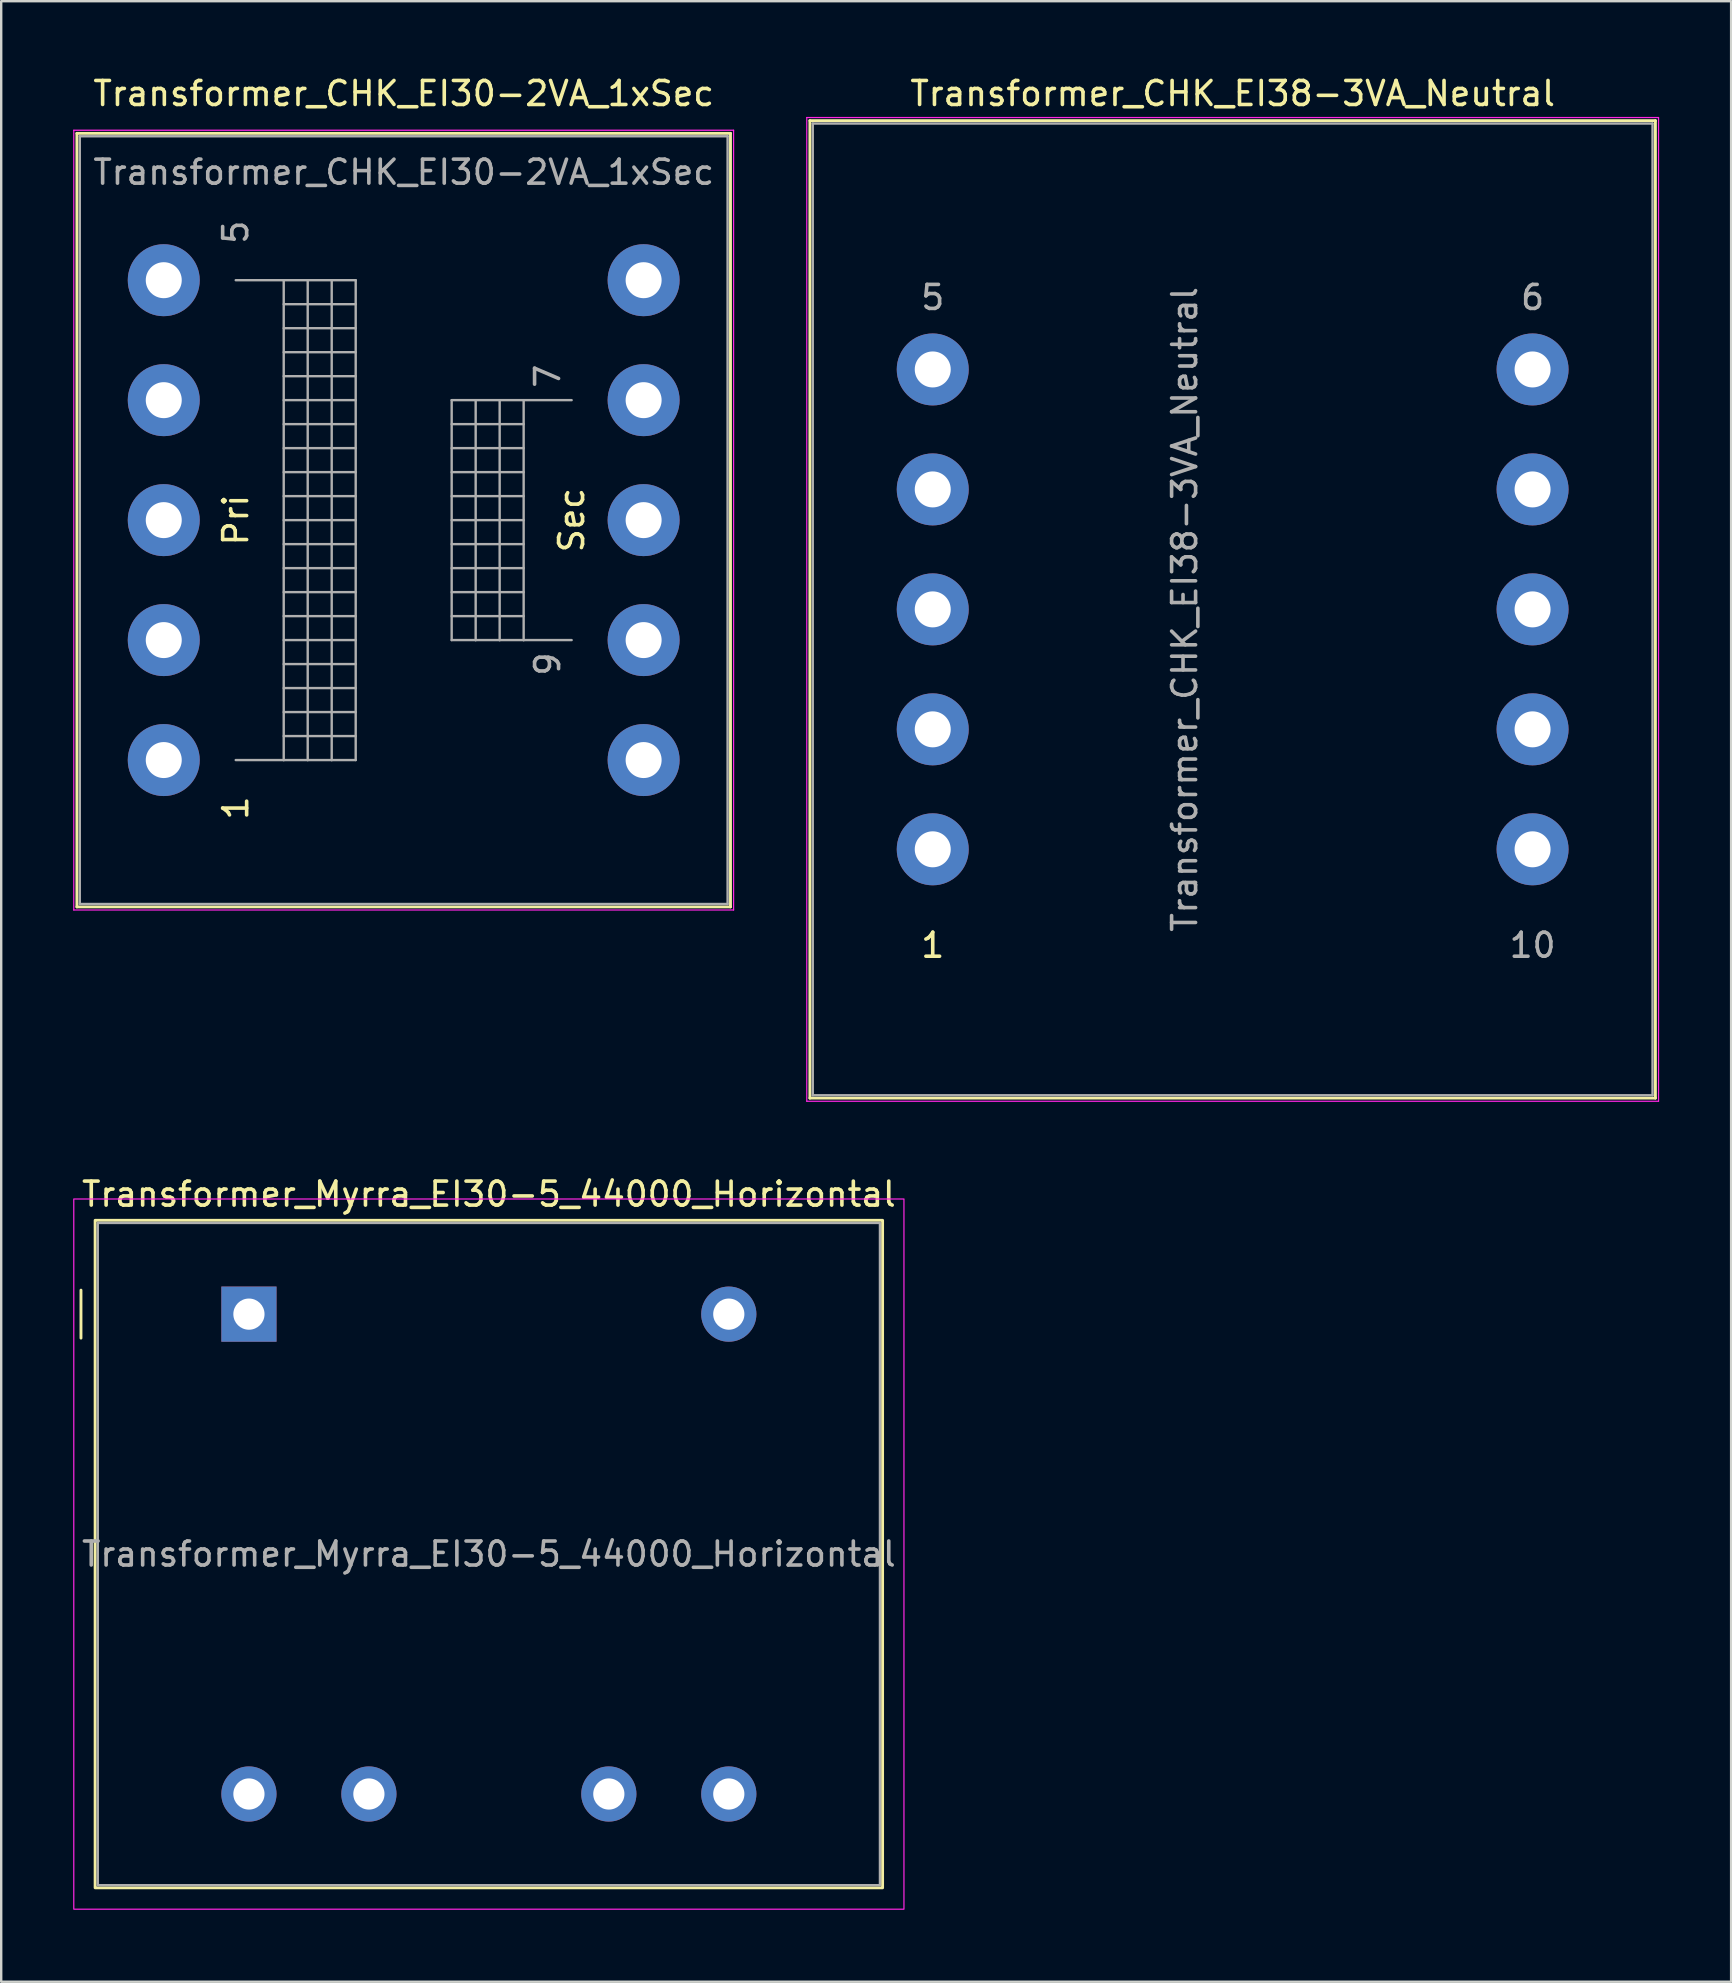
<source format=kicad_pcb>
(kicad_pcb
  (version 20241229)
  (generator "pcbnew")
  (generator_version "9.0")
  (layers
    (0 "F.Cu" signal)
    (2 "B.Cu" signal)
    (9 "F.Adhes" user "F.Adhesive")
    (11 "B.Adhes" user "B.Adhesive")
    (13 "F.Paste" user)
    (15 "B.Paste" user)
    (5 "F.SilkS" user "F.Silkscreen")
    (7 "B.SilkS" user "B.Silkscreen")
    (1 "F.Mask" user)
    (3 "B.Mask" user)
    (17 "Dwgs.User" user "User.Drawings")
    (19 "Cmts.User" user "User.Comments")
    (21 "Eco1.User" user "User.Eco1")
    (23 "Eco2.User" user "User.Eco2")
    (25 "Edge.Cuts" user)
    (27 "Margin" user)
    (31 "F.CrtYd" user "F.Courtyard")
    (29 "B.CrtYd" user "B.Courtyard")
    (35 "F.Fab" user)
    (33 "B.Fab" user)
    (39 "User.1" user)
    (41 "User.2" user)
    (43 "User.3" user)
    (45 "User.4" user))
  (footprint "Transformer_CHK_EI38-3VA_Neutral"
    (layer "F.Cu")
    (at 35.825 32.348)
    (property "Reference" "Transformer_CHK_EI38-3VA_Neutral" (at 12.5 -31.5 0) (layer "F.SilkS") (effects (font (size 1 1) (thickness 0.15))))
    (attr through_hole)
    (fp_line (start -5.12 -30.37) (end -5.12 10.37) (stroke (width 0.12) (type solid)) (layer "F.SilkS"))
    (fp_line (start -5.12 -30.37) (end 30.12 -30.37) (stroke (width 0.12) (type solid)) (layer "F.SilkS"))
    (fp_line (start 30.12 10.37) (end -5.12 10.37) (stroke (width 0.12) (type solid)) (layer "F.SilkS"))
    (fp_line (start 30.12 10.37) (end 30.12 -30.37) (stroke (width 0.12) (type solid)) (layer "F.SilkS"))
    (fp_line (start -5.25 -30.5) (end -5.25 10.5) (stroke (width 0.05) (type solid)) (layer "F.CrtYd"))
    (fp_line (start -5.25 -30.5) (end 30.25 -30.5) (stroke (width 0.05) (type solid)) (layer "F.CrtYd"))
    (fp_line (start 30.25 10.5) (end -5.25 10.5) (stroke (width 0.05) (type solid)) (layer "F.CrtYd"))
    (fp_line (start 30.25 10.5) (end 30.25 -30.5) (stroke (width 0.05) (type solid)) (layer "F.CrtYd"))
    (fp_line (start -5 -30.25) (end -5 10.25) (stroke (width 0.1) (type solid)) (layer "F.Fab"))
    (fp_line (start -5 10.25) (end 30 10.25) (stroke (width 0.1) (type solid)) (layer "F.Fab"))
    (fp_line (start 30 -30.25) (end -5 -30.25) (stroke (width 0.1) (type solid)) (layer "F.Fab"))
    (fp_line (start 30 10.25) (end 30 -30.25) (stroke (width 0.1) (type solid)) (layer "F.Fab"))
    (fp_text user "1" (at 0 4 0) (layer "F.SilkS") (effects (font (size 1 1) (thickness 0.15))))
    (fp_text user "6" (at 25 -23 0) (layer "F.Fab") (effects (font (size 1 1) (thickness 0.15))))
    (fp_text user "5" (at 0 -23 0) (layer "F.Fab") (effects (font (size 1 1) (thickness 0.15))))
    (fp_text user "${REFERENCE}" (at 10.5 -10 90) (layer "F.Fab") (effects (font (size 1 1) (thickness 0.15))))
    (fp_text user "10" (at 25 4 0) (layer "F.Fab") (effects (font (size 1 1) (thickness 0.15))))
    (pad "1" thru_hole circle (at 0 0) (size 3 3) (drill 1.5) (layers "*.Cu" "*.Mask"))
    (pad "2" thru_hole circle (at 0 -5) (size 3 3) (drill 1.5) (layers "*.Cu" "*.Mask"))
    (pad "3" thru_hole circle (at 0 -10) (size 3 3) (drill 1.5) (layers "*.Cu" "*.Mask"))
    (pad "4" thru_hole circle (at 0 -15) (size 3 3) (drill 1.5) (layers "*.Cu" "*.Mask"))
    (pad "5" thru_hole circle (at 0 -20) (size 3 3) (drill 1.5) (layers "*.Cu" "*.Mask"))
    (pad "6" thru_hole circle (at 25 -20) (size 3 3) (drill 1.5) (layers "*.Cu" "*.Mask"))
    (pad "7" thru_hole circle (at 25 -15) (size 3 3) (drill 1.5) (layers "*.Cu" "*.Mask"))
    (pad "8" thru_hole circle (at 25 -10) (size 3 3) (drill 1.5) (layers "*.Cu" "*.Mask"))
    (pad "9" thru_hole circle (at 25 -5) (size 3 3) (drill 1.5) (layers "*.Cu" "*.Mask"))
    (pad "10" thru_hole circle (at 25 0) (size 3 3) (drill 1.5) (layers "*.Cu" "*.Mask")))
  (footprint "Transformer_CHK_EI30-2VA_1xSec"
    (layer "F.Cu")
    (at 3.775 28.628)
    (property "Reference" "Transformer_CHK_EI30-2VA_1xSec" (at 10 -27.78 0) (layer "F.SilkS") (effects (font (size 1 1) (thickness 0.15))))
    (attr through_hole)
    (fp_line (start -3.62 -26.12) (end -3.62 6.12) (stroke (width 0.12) (type solid)) (layer "F.SilkS"))
    (fp_line (start -3.62 -26.12) (end 23.62 -26.12) (stroke (width 0.12) (type solid)) (layer "F.SilkS"))
    (fp_line (start 23.62 6.12) (end -3.62 6.12) (stroke (width 0.12) (type solid)) (layer "F.SilkS"))
    (fp_line (start 23.62 6.12) (end 23.62 -26.12) (stroke (width 0.12) (type solid)) (layer "F.SilkS"))
    (fp_line (start -3.75 -26.25) (end -3.75 6.25) (stroke (width 0.05) (type solid)) (layer "F.CrtYd"))
    (fp_line (start -3.75 -26.25) (end 23.75 -26.25) (stroke (width 0.05) (type solid)) (layer "F.CrtYd"))
    (fp_line (start 23.75 6.25) (end -3.75 6.25) (stroke (width 0.05) (type solid)) (layer "F.CrtYd"))
    (fp_line (start 23.75 6.25) (end 23.75 -26.25) (stroke (width 0.05) (type solid)) (layer "F.CrtYd"))
    (fp_line (start -3.5 -26) (end -3.5 6) (stroke (width 0.1) (type solid)) (layer "F.Fab"))
    (fp_line (start -3.5 6) (end 23.5 6) (stroke (width 0.1) (type solid)) (layer "F.Fab"))
    (fp_line (start 3 -20) (end 5 -20) (stroke (width 0.1) (type solid)) (layer "F.Fab"))
    (fp_line (start 5 -20) (end 5 0) (stroke (width 0.1) (type solid)) (layer "F.Fab"))
    (fp_line (start 5 -20) (end 6 -20) (stroke (width 0.1) (type solid)) (layer "F.Fab"))
    (fp_line (start 5 -19) (end 8 -19) (stroke (width 0.1) (type solid)) (layer "F.Fab"))
    (fp_line (start 5 -17) (end 8 -17) (stroke (width 0.1) (type solid)) (layer "F.Fab"))
    (fp_line (start 5 -15) (end 8 -15) (stroke (width 0.1) (type solid)) (layer "F.Fab"))
    (fp_line (start 5 -13) (end 8 -13) (stroke (width 0.1) (type solid)) (layer "F.Fab"))
    (fp_line (start 5 -11) (end 8 -11) (stroke (width 0.1) (type solid)) (layer "F.Fab"))
    (fp_line (start 5 -9) (end 8 -9) (stroke (width 0.1) (type solid)) (layer "F.Fab"))
    (fp_line (start 5 -7) (end 8 -7) (stroke (width 0.1) (type solid)) (layer "F.Fab"))
    (fp_line (start 5 -5) (end 8 -5) (stroke (width 0.1) (type solid)) (layer "F.Fab"))
    (fp_line (start 5 -3) (end 8 -3) (stroke (width 0.1) (type solid)) (layer "F.Fab"))
    (fp_line (start 5 -1) (end 8 -1) (stroke (width 0.1) (type solid)) (layer "F.Fab"))
    (fp_line (start 5 0) (end 3 0) (stroke (width 0.1) (type solid)) (layer "F.Fab"))
    (fp_line (start 6 -20) (end 6 0) (stroke (width 0.1) (type solid)) (layer "F.Fab"))
    (fp_line (start 6 -20) (end 7 -20) (stroke (width 0.1) (type solid)) (layer "F.Fab"))
    (fp_line (start 6 0) (end 5 0) (stroke (width 0.1) (type solid)) (layer "F.Fab"))
    (fp_line (start 7 -20) (end 7 0) (stroke (width 0.1) (type solid)) (layer "F.Fab"))
    (fp_line (start 7 -20) (end 8 -20) (stroke (width 0.1) (type solid)) (layer "F.Fab"))
    (fp_line (start 7 0) (end 6 0) (stroke (width 0.1) (type solid)) (layer "F.Fab"))
    (fp_line (start 8 -20) (end 8 0) (stroke (width 0.1) (type solid)) (layer "F.Fab"))
    (fp_line (start 8 -18) (end 5 -18) (stroke (width 0.1) (type solid)) (layer "F.Fab"))
    (fp_line (start 8 -16) (end 5 -16) (stroke (width 0.1) (type solid)) (layer "F.Fab"))
    (fp_line (start 8 -14) (end 5 -14) (stroke (width 0.1) (type solid)) (layer "F.Fab"))
    (fp_line (start 8 -12) (end 5 -12) (stroke (width 0.1) (type solid)) (layer "F.Fab"))
    (fp_line (start 8 -10) (end 5 -10) (stroke (width 0.1) (type solid)) (layer "F.Fab"))
    (fp_line (start 8 -8) (end 5 -8) (stroke (width 0.1) (type solid)) (layer "F.Fab"))
    (fp_line (start 8 -6) (end 5 -6) (stroke (width 0.1) (type solid)) (layer "F.Fab"))
    (fp_line (start 8 -4) (end 5 -4) (stroke (width 0.1) (type solid)) (layer "F.Fab"))
    (fp_line (start 8 -2) (end 5 -2) (stroke (width 0.1) (type solid)) (layer "F.Fab"))
    (fp_line (start 8 0) (end 7 0) (stroke (width 0.1) (type solid)) (layer "F.Fab"))
    (fp_line (start 12 -15) (end 12 -5) (stroke (width 0.1) (type solid)) (layer "F.Fab"))
    (fp_line (start 12 -14) (end 15 -14) (stroke (width 0.1) (type solid)) (layer "F.Fab"))
    (fp_line (start 12 -12) (end 15 -12) (stroke (width 0.1) (type solid)) (layer "F.Fab"))
    (fp_line (start 12 -10) (end 15 -10) (stroke (width 0.1) (type solid)) (layer "F.Fab"))
    (fp_line (start 12 -8) (end 15 -8) (stroke (width 0.1) (type solid)) (layer "F.Fab"))
    (fp_line (start 12 -6) (end 15 -6) (stroke (width 0.1) (type solid)) (layer "F.Fab"))
    (fp_line (start 12 -5) (end 13 -5) (stroke (width 0.1) (type solid)) (layer "F.Fab"))
    (fp_line (start 13 -15) (end 12 -15) (stroke (width 0.1) (type solid)) (layer "F.Fab"))
    (fp_line (start 13 -15) (end 13 -5) (stroke (width 0.1) (type solid)) (layer "F.Fab"))
    (fp_line (start 13 -5) (end 14 -5) (stroke (width 0.1) (type solid)) (layer "F.Fab"))
    (fp_line (start 14 -15) (end 13 -15) (stroke (width 0.1) (type solid)) (layer "F.Fab"))
    (fp_line (start 14 -15) (end 14 -5) (stroke (width 0.1) (type solid)) (layer "F.Fab"))
    (fp_line (start 14 -5) (end 15 -5) (stroke (width 0.1) (type solid)) (layer "F.Fab"))
    (fp_line (start 15 -15) (end 14 -15) (stroke (width 0.1) (type solid)) (layer "F.Fab"))
    (fp_line (start 15 -15) (end 15 -5) (stroke (width 0.1) (type solid)) (layer "F.Fab"))
    (fp_line (start 15 -13) (end 12 -13) (stroke (width 0.1) (type solid)) (layer "F.Fab"))
    (fp_line (start 15 -11) (end 12 -11) (stroke (width 0.1) (type solid)) (layer "F.Fab"))
    (fp_line (start 15 -9) (end 12 -9) (stroke (width 0.1) (type solid)) (layer "F.Fab"))
    (fp_line (start 15 -7) (end 12 -7) (stroke (width 0.1) (type solid)) (layer "F.Fab"))
    (fp_line (start 15 -5) (end 17 -5) (stroke (width 0.1) (type solid)) (layer "F.Fab"))
    (fp_line (start 17 -15) (end 15 -15) (stroke (width 0.1) (type solid)) (layer "F.Fab"))
    (fp_line (start 23.5 -26) (end -3.5 -26) (stroke (width 0.1) (type solid)) (layer "F.Fab"))
    (fp_line (start 23.5 6) (end 23.5 -26) (stroke (width 0.1) (type solid)) (layer "F.Fab"))
    (fp_text user "Sec" (at 17 -10 90) (layer "F.SilkS") (effects (font (size 1 1) (thickness 0.15))))
    (fp_text user "1" (at 3 2 90) (layer "F.SilkS") (effects (font (size 1 1) (thickness 0.15))))
    (fp_text user "Pri" (at 3 -10 90) (layer "F.SilkS") (effects (font (size 1 1) (thickness 0.15))))
    (fp_text user "7" (at 16 -16 90) (layer "F.Fab") (effects (font (size 1 1) (thickness 0.15))))
    (fp_text user "${REFERENCE}" (at 10 -24.5 0) (layer "F.Fab") (effects (font (size 1 1) (thickness 0.15))))
    (fp_text user "5" (at 3 -22 90) (layer "F.Fab") (effects (font (size 1 1) (thickness 0.15))))
    (fp_text user "9" (at 16 -4 90) (layer "F.Fab") (effects (font (size 1 1) (thickness 0.15))))
    (pad "1" thru_hole circle (at 0 0) (size 3 3) (drill 1.5) (layers "*.Cu" "*.Mask"))
    (pad "2" thru_hole circle (at 0 -5) (size 3 3) (drill 1.5) (layers "*.Cu" "*.Mask"))
    (pad "3" thru_hole circle (at 0 -10) (size 3 3) (drill 1.5) (layers "*.Cu" "*.Mask"))
    (pad "4" thru_hole circle (at 0 -15) (size 3 3) (drill 1.5) (layers "*.Cu" "*.Mask"))
    (pad "5" thru_hole circle (at 0 -20) (size 3 3) (drill 1.5) (layers "*.Cu" "*.Mask"))
    (pad "6" thru_hole circle (at 20 -20) (size 3 3) (drill 1.5) (layers "*.Cu" "*.Mask"))
    (pad "7" thru_hole circle (at 20 -15) (size 3 3) (drill 1.5) (layers "*.Cu" "*.Mask"))
    (pad "8" thru_hole circle (at 20 -10) (size 3 3) (drill 1.5) (layers "*.Cu" "*.Mask"))
    (pad "9" thru_hole circle (at 20 -5) (size 3 3) (drill 1.5) (layers "*.Cu" "*.Mask"))
    (pad "10" thru_hole circle (at 20 0) (size 3 3) (drill 1.5) (layers "*.Cu" "*.Mask")))
  (footprint "Transformer_Myrra_EI30-5_44000_Horizontal"
    (layer "F.Cu")
    (at 7.325 51.721)
    (property "Reference" "Transformer_Myrra_EI30-5_44000_Horizontal" (at 10 -5 0) (layer "F.SilkS") (effects (font (size 1 1) (thickness 0.15))))
    (attr through_hole)
    (fp_line (start -7 -1) (end -7 1) (stroke (width 0.12) (type default)) (layer "F.SilkS"))
    (fp_rect (start 26.41 23.91) (end -6.41 -3.91) (stroke (width 0.12) (type default)) (fill no) (layer "F.SilkS"))
    (fp_rect (start 27.3 24.8) (end -7.3 -4.8) (stroke (width 0.05) (type default)) (fill no) (layer "F.CrtYd"))
    (fp_rect (start 26.3 23.8) (end -6.3 -3.8) (stroke (width 0.1) (type default)) (fill no) (layer "F.Fab"))
    (fp_text user "${REFERENCE}" (at 10 10 0) (layer "F.Fab") (effects (font (size 1 1) (thickness 0.15))))
    (pad "1" thru_hole rect (at 0 0) (size 2.3 2.3) (drill 1.3) (layers "*.Cu" "*.Mask"))
    (pad "5" thru_hole circle (at 20 0) (size 2.3 2.3) (drill 1.3) (layers "*.Cu" "*.Mask"))
    (pad "6" thru_hole circle (at 20 20) (size 2.3 2.3) (drill 1.3) (layers "*.Cu" "*.Mask"))
    (pad "7" thru_hole circle (at 15 20) (size 2.3 2.3) (drill 1.3) (layers "*.Cu" "*.Mask"))
    (pad "9" thru_hole circle (at 5 20) (size 2.3 2.3) (drill 1.3) (layers "*.Cu" "*.Mask"))
    (pad "10" thru_hole circle (at 0 20) (size 2.3 2.3) (drill 1.3) (layers "*.Cu" "*.Mask")))
  (gr_rect
    (start -3 -3)
    (end 69.1 79.546)
    (stroke (width 0.1) (type default))
    (fill no)
    (layer "Edge.Cuts")))
</source>
